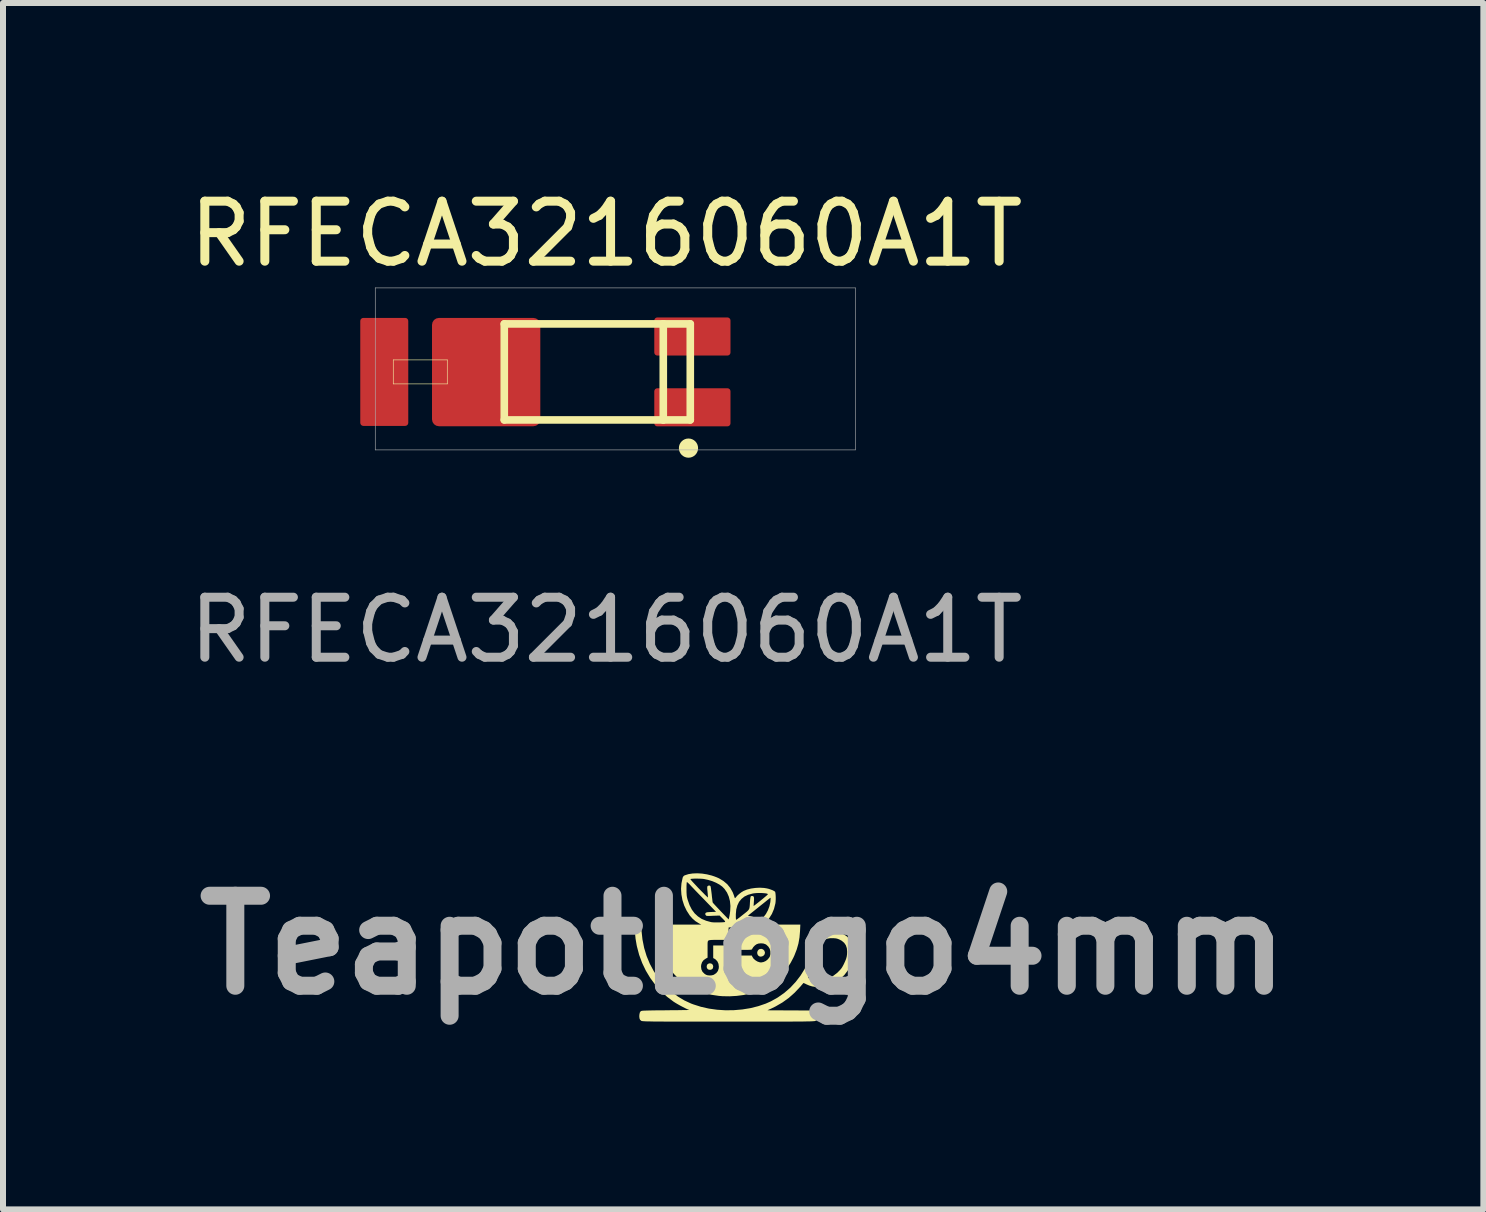
<source format=kicad_pcb>
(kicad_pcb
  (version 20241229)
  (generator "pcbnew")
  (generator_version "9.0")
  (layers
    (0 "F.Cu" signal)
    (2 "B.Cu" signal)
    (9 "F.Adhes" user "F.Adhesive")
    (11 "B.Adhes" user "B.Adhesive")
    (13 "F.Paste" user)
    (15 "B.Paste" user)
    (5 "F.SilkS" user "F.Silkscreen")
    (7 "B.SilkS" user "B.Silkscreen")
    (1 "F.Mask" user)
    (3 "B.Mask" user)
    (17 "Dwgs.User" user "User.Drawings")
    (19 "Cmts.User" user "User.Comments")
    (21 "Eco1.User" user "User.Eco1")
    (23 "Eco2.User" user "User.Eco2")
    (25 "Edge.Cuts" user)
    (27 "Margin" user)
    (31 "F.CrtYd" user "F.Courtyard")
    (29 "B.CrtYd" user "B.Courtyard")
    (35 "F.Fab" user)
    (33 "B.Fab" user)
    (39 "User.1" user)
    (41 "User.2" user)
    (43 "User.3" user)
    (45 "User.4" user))
  (footprint "RFECA3216060A1T"
    (layer "F.Cu")
    (at 7.054 3.148)
    (property "Reference" "RFECA3216060A1T" (at 0 -2.3 0) (unlocked yes) (layer "F.SilkS") (effects (font (size 1 1) (thickness 0.15))))
    (attr smd)
    (fp_poly (pts (xy -3.85 0.3) (xy -3.3 0.3) (xy -3.3 -0.3) (xy -3.85 -0.3)) (stroke (width 0) (type default)) (fill yes) (layer "F.Mask"))
    (fp_poly (pts (xy -2.9 0.3) (xy -2.35 0.3) (xy -2.35 -0.3) (xy -2.9 -0.3)) (stroke (width 0) (type default)) (fill yes) (layer "F.Mask"))
    (fp_poly (pts (xy 0.8 -0.275) (xy 1.475 -0.275) (xy 1.475 -0.9) (xy 0.8 -0.9)) (stroke (width 0) (type default)) (fill yes) (layer "F.Mask"))
    (fp_poly (pts (xy 0.8 0.9) (xy 1.475 0.9) (xy 1.475 0.275) (xy 0.8 0.275)) (stroke (width 0) (type default)) (fill yes) (layer "F.Mask"))
    (fp_line (start -3.55 -0.2) (end -2.65 -0.2) (stroke (width 0.01) (type solid)) (layer "F.SilkS"))
    (fp_line (start -3.55 0.2) (end -3.55 -0.2) (stroke (width 0.01) (type solid)) (layer "F.SilkS"))
    (fp_line (start -2.65 -0.2) (end -2.65 0.2) (stroke (width 0.01) (type solid)) (layer "F.SilkS"))
    (fp_line (start -2.65 0.2) (end -3.55 0.2) (stroke (width 0.01) (type solid)) (layer "F.SilkS"))
    (fp_line (start -1.7 -0.8) (end 0.95 -0.8) (stroke (width 0.127) (type solid)) (layer "F.SilkS"))
    (fp_line (start -1.7 0.8) (end -1.7 -0.8) (stroke (width 0.127) (type solid)) (layer "F.SilkS"))
    (fp_line (start 0.95 -0.8) (end 1.4 -0.8) (stroke (width 0.127) (type solid)) (layer "F.SilkS"))
    (fp_line (start 0.95 0.8) (end -1.7 0.8) (stroke (width 0.127) (type solid)) (layer "F.SilkS"))
    (fp_line (start 0.95 0.8) (end 0.95 -0.8) (stroke (width 0.127) (type solid)) (layer "F.SilkS"))
    (fp_line (start 1.4 -0.8) (end 1.4 0.8) (stroke (width 0.127) (type solid)) (layer "F.SilkS"))
    (fp_line (start 1.4 0.8) (end 0.95 0.8) (stroke (width 0.127) (type solid)) (layer "F.SilkS"))
    (fp_circle (center 1.37 1.27) (end 1.47 1.27) (stroke (width 0.12) (type solid)) (fill yes) (layer "F.SilkS"))
    (fp_poly (pts (xy -3.85 0.2) (xy -3.35 0.2) (xy -3.35 -0.2) (xy -3.85 -0.2)) (stroke (width 0) (type default)) (fill yes) (layer "F.Paste"))
    (fp_poly (pts (xy -2.85 0.2) (xy -2.35 0.2) (xy -2.35 -0.2) (xy -2.85 -0.2)) (stroke (width 0) (type default)) (fill yes) (layer "F.Paste"))
    (fp_poly (pts (xy 0.85 -0.3) (xy 1.425 -0.3) (xy 1.425 -0.875) (xy 0.85 -0.875)) (stroke (width 0) (type default)) (fill yes) (layer "F.Paste"))
    (fp_poly (pts (xy 0.85 0.875) (xy 1.425 0.875) (xy 1.425 0.3) (xy 0.85 0.3)) (stroke (width 0) (type default)) (fill yes) (layer "F.Paste"))
    (fp_line (start -3.85 -1.4) (end -3.85 1.3) (stroke (width 0.01) (type solid)) (layer "F.Fab"))
    (fp_line (start -3.85 -1.4) (end 4.15 -1.4) (stroke (width 0.01) (type solid)) (layer "F.Fab"))
    (fp_line (start 4.15 -1.4) (end 4.15 1.3) (stroke (width 0.01) (type solid)) (layer "F.Fab"))
    (fp_line (start 4.15 1.3) (end -3.85 1.3) (stroke (width 0.01) (type solid)) (layer "F.Fab"))
    (fp_text user "${REFERENCE}" (at 0 4.3 0) (unlocked yes) (layer "F.Fab") (effects (font (size 1 1) (thickness 0.15))))
    (pad "1" smd roundrect (at 1.435 0.59) (size 1.27 0.635) (layers "F.Cu") (roundrect_rratio 0.08))
    (pad "2" smd roundrect (at 1.435 -0.59) (size 1.27 0.635) (layers "F.Cu") (roundrect_rratio 0.08))
    (pad "3" smd roundrect (at -2.002 0.003 270) (size 1.805 1.805) (layers "F.Cu" "F.Mask" "F.Paste") (roundrect_rratio 0.064))
    (pad "4" smd roundrect (at -3.7 0 270) (size 1.8 0.8) (layers "F.Cu") (roundrect_rratio 0.064)))
  (footprint "TeapotLogo4mm"
    (layer "F.Cu")
    (at 9.336 12.7)
    (property "Reference" "TeapotLogo4mm" (at 0 0 0) (layer "F.Fab") (effects (font (size 1.5 1.5) (thickness 0.3))))
    (attr board_only exclude_from_pos_files exclude_from_bom)
    (fp_poly (pts (xy -0.529 0.31) (xy -0.515 0.319) (xy -0.503 0.34) (xy -0.5 0.359) (xy -0.505 0.385) (xy -0.515 0.399) (xy -0.535 0.41) (xy -0.554 0.413) (xy -0.58 0.408) (xy -0.594 0.399) (xy -0.606 0.378) (xy -0.609 0.359) (xy -0.604 0.333) (xy -0.594 0.319) (xy -0.573 0.307) (xy -0.554 0.304)) (stroke (width 0) (type solid)) (fill yes) (layer "F.SilkS"))
    (fp_poly (pts (xy 0.33 0.072) (xy 0.35 0.091) (xy 0.361 0.117) (xy 0.362 0.13) (xy 0.356 0.155) (xy 0.339 0.176) (xy 0.315 0.189) (xy 0.288 0.193) (xy 0.271 0.189) (xy 0.248 0.173) (xy 0.236 0.15) (xy 0.233 0.124) (xy 0.24 0.098) (xy 0.256 0.077) (xy 0.276 0.066) (xy 0.304 0.063)) (stroke (width 0) (type solid)) (fill yes) (layer "F.SilkS"))
    (fp_poly (pts (xy 1.28 -0.344) (xy 1.301 -0.33) (xy 1.31 -0.32) (xy 1.315 -0.308) (xy 1.318 -0.29) (xy 1.319 -0.264) (xy 1.319 -0.254) (xy 1.32 -0.227) (xy 1.322 -0.207) (xy 1.324 -0.196) (xy 1.325 -0.196) (xy 1.336 -0.198) (xy 1.353 -0.205) (xy 1.356 -0.206) (xy 1.41 -0.221) (xy 1.471 -0.227) (xy 1.535 -0.223) (xy 1.599 -0.209) (xy 1.658 -0.187) (xy 1.662 -0.185) (xy 1.722 -0.148) (xy 1.77 -0.104) (xy 1.806 -0.052) (xy 1.83 0.008) (xy 1.841 0.076) (xy 1.842 0.109) (xy 1.835 0.191) (xy 1.815 0.273) (xy 1.783 0.353) (xy 1.74 0.428) (xy 1.687 0.497) (xy 1.625 0.558) (xy 1.556 0.609) (xy 1.489 0.645) (xy 1.415 0.674) (xy 1.345 0.691) (xy 1.273 0.698) (xy 1.257 0.698) (xy 1.199 0.697) (xy 1.149 0.689) (xy 1.102 0.675) (xy 1.055 0.655) (xy 1.031 0.643) (xy 1.013 0.635) (xy 1.004 0.632) (xy 1.004 0.632) (xy 0.999 0.638) (xy 0.986 0.653) (xy 0.968 0.674) (xy 0.953 0.692) (xy 0.858 0.793) (xy 0.759 0.881) (xy 0.653 0.957) (xy 0.539 1.023) (xy 0.474 1.055) (xy 0.403 1.087) (xy 0.803 1.089) (xy 0.889 1.089) (xy 0.962 1.09) (xy 1.022 1.09) (xy 1.072 1.09) (xy 1.112 1.091) (xy 1.143 1.092) (xy 1.167 1.093) (xy 1.185 1.094) (xy 1.197 1.096) (xy 1.206 1.098) (xy 1.211 1.101) (xy 1.215 1.103) (xy 1.218 1.106) (xy 1.232 1.13) (xy 1.237 1.158) (xy 1.239 1.2) (xy 1.233 1.23) (xy 1.22 1.252) (xy 1.208 1.261) (xy 1.205 1.263) (xy 1.201 1.264) (xy 1.197 1.266) (xy 1.19 1.267) (xy 1.181 1.268) (xy 1.169 1.269) (xy 1.153 1.27) (xy 1.133 1.271) (xy 1.108 1.272) (xy 1.077 1.272) (xy 1.04 1.273) (xy 0.997 1.274) (xy 0.947 1.274) (xy 0.888 1.274) (xy 0.821 1.275) (xy 0.745 1.275) (xy 0.659 1.275) (xy 0.563 1.275) (xy 0.456 1.275) (xy 0.338 1.275) (xy 0.207 1.275) (xy 0.064 1.275) (xy -0.093 1.275) (xy -0.246 1.275) (xy -0.416 1.275) (xy -0.571 1.275) (xy -0.713 1.275) (xy -0.843 1.275) (xy -0.96 1.275) (xy -1.066 1.275) (xy -1.161 1.275) (xy -1.246 1.275) (xy -1.321 1.275) (xy -1.387 1.274) (xy -1.445 1.274) (xy -1.495 1.274) (xy -1.537 1.273) (xy -1.573 1.272) (xy -1.603 1.272) (xy -1.627 1.271) (xy -1.647 1.27) (xy -1.663 1.269) (xy -1.675 1.268) (xy -1.683 1.267) (xy -1.69 1.266) (xy -1.695 1.264) (xy -1.698 1.263) (xy -1.701 1.261) (xy -1.719 1.245) (xy -1.729 1.22) (xy -1.732 1.186) (xy -1.73 1.158) (xy -1.723 1.125) (xy -1.711 1.106) (xy -1.707 1.103) (xy -1.703 1.1) (xy -1.697 1.098) (xy -1.688 1.096) (xy -1.675 1.094) (xy -1.656 1.093) (xy -1.631 1.092) (xy -1.599 1.091) (xy -1.557 1.09) (xy -1.506 1.089) (xy -1.443 1.088) (xy -1.368 1.088) (xy -1.292 1.087) (xy -1.217 1.086) (xy -1.147 1.085) (xy -1.084 1.085) (xy -1.027 1.084) (xy -0.98 1.083) (xy -0.942 1.083) (xy -0.915 1.082) (xy -0.901 1.082) (xy -0.899 1.081) (xy -0.914 1.076) (xy -0.94 1.065) (xy -0.973 1.049) (xy -1.01 1.03) (xy -1.05 1.009) (xy -1.089 0.987) (xy -1.125 0.966) (xy -1.155 0.947) (xy -1.16 0.944) (xy -1.27 0.861) (xy -1.372 0.767) (xy -1.465 0.663) (xy -1.549 0.549) (xy -1.622 0.428) (xy -1.684 0.299) (xy -1.734 0.164) (xy -1.771 0.024) (xy -1.775 0.006) (xy -1.794 -0.105) (xy -1.804 -0.208) (xy -1.804 -0.251) (xy -1.804 -0.283) (xy -1.803 -0.303) (xy -1.8 -0.316) (xy -1.794 -0.325) (xy -1.785 -0.333) (xy -1.785 -0.333) (xy -1.764 -0.345) (xy -1.743 -0.345) (xy -1.726 -0.34) (xy -1.714 -0.332) (xy -1.706 -0.318) (xy -1.7 -0.296) (xy -1.697 -0.263) (xy -1.695 -0.241) (xy -1.679 -0.093) (xy -1.651 0.048) (xy -1.61 0.183) (xy -1.557 0.311) (xy -1.491 0.434) (xy -1.412 0.552) (xy -1.392 0.578) (xy -1.363 0.611) (xy -1.33 0.647) (xy -1.296 0.683) (xy -1.276 0.703) (xy -1.183 0.788) (xy -1.085 0.86) (xy -0.982 0.922) (xy -0.87 0.974) (xy -0.83 0.989) (xy -0.704 1.029) (xy -0.571 1.059) (xy -0.434 1.078) (xy -0.294 1.087) (xy -0.154 1.085) (xy -0.015 1.073) (xy 0.121 1.051) (xy 0.252 1.018) (xy 0.375 0.976) (xy 0.461 0.938) (xy 0.577 0.873) (xy 0.686 0.796) (xy 0.786 0.709) (xy 0.876 0.612) (xy 0.936 0.534) (xy 1.08 0.534) (xy 1.082 0.544) (xy 1.092 0.552) (xy 1.109 0.56) (xy 1.116 0.563) (xy 1.176 0.583) (xy 1.243 0.591) (xy 1.314 0.585) (xy 1.359 0.576) (xy 1.434 0.55) (xy 1.505 0.51) (xy 1.571 0.459) (xy 1.584 0.445) (xy 1.613 0.416) (xy 1.635 0.39) (xy 1.652 0.364) (xy 1.67 0.331) (xy 1.68 0.311) (xy 1.701 0.265) (xy 1.716 0.226) (xy 1.725 0.192) (xy 1.73 0.157) (xy 1.732 0.118) (xy 1.732 0.109) (xy 1.727 0.052) (xy 1.711 0.004) (xy 1.683 -0.037) (xy 1.643 -0.071) (xy 1.602 -0.093) (xy 1.574 -0.104) (xy 1.546 -0.111) (xy 1.51 -0.114) (xy 1.499 -0.115) (xy 1.446 -0.114) (xy 1.401 -0.106) (xy 1.36 -0.089) (xy 1.331 -0.073) (xy 1.31 -0.057) (xy 1.299 -0.043) (xy 1.293 -0.024) (xy 1.293 -0.024) (xy 1.264 0.102) (xy 1.223 0.23) (xy 1.169 0.356) (xy 1.114 0.463) (xy 1.096 0.496) (xy 1.084 0.518) (xy 1.08 0.534) (xy 0.936 0.534) (xy 0.957 0.506) (xy 1.028 0.391) (xy 1.087 0.269) (xy 1.136 0.141) (xy 1.173 0.006) (xy 1.197 -0.134) (xy 1.207 -0.238) (xy 1.21 -0.273) (xy 1.212 -0.298) (xy 1.215 -0.314) (xy 1.22 -0.324) (xy 1.227 -0.331) (xy 1.23 -0.334) (xy 1.255 -0.346)) (stroke (width 0) (type solid)) (fill yes) (layer "F.SilkS"))
    (fp_poly (pts (xy -0.684 -1.191) (xy -0.602 -1.178) (xy -0.522 -1.158) (xy -0.446 -1.131) (xy -0.403 -1.112) (xy -0.329 -1.067) (xy -0.266 -1.014) (xy -0.215 -0.951) (xy -0.175 -0.88) (xy -0.155 -0.828) (xy -0.148 -0.806) (xy -0.142 -0.789) (xy -0.141 -0.784) (xy -0.135 -0.782) (xy -0.124 -0.793) (xy -0.116 -0.803) (xy -0.094 -0.828) (xy -0.063 -0.855) (xy -0.029 -0.881) (xy 0.005 -0.901) (xy 0.006 -0.902) (xy 0.063 -0.925) (xy 0.13 -0.942) (xy 0.202 -0.952) (xy 0.275 -0.956) (xy 0.346 -0.952) (xy 0.385 -0.946) (xy 0.421 -0.938) (xy 0.457 -0.926) (xy 0.489 -0.914) (xy 0.514 -0.901) (xy 0.53 -0.89) (xy 0.533 -0.885) (xy 0.537 -0.866) (xy 0.54 -0.837) (xy 0.542 -0.801) (xy 0.542 -0.763) (xy 0.54 -0.727) (xy 0.537 -0.697) (xy 0.536 -0.693) (xy 0.513 -0.602) (xy 0.478 -0.519) (xy 0.43 -0.443) (xy 0.382 -0.386) (xy 0.338 -0.341) (xy 0.645 -0.341) (xy 0.952 -0.341) (xy 0.947 -0.234) (xy 0.938 -0.126) (xy 0.92 -0.025) (xy 0.892 0.073) (xy 0.853 0.173) (xy 0.836 0.21) (xy 0.79 0.297) (xy 0.74 0.376) (xy 0.682 0.451) (xy 0.613 0.525) (xy 0.613 0.526) (xy 0.526 0.604) (xy 0.437 0.67) (xy 0.343 0.725) (xy 0.24 0.77) (xy 0.217 0.779) (xy 0.117 0.809) (xy 0.007 0.832) (xy -0.109 0.847) (xy -0.227 0.854) (xy -0.344 0.852) (xy -0.406 0.847) (xy -0.539 0.827) (xy -0.664 0.795) (xy -0.783 0.751) (xy -0.893 0.695) (xy -0.995 0.629) (xy -1.088 0.551) (xy -1.157 0.479) (xy -1.237 0.377) (xy -1.248 0.359) (xy -0.703 0.359) (xy -0.697 0.406) (xy -0.678 0.446) (xy -0.646 0.478) (xy -0.62 0.495) (xy -0.592 0.504) (xy -0.557 0.507) (xy -0.521 0.504) (xy -0.49 0.495) (xy -0.487 0.493) (xy -0.449 0.467) (xy -0.422 0.432) (xy -0.408 0.389) (xy -0.406 0.359) (xy -0.412 0.313) (xy -0.43 0.273) (xy -0.459 0.241) (xy -0.48 0.227) (xy -0.5 0.217) (xy -0.5 0.112) (xy -0.5 0.007) (xy -0.373 0.007) (xy -0.246 0.007) (xy -0.246 0.069) (xy -0.245 0.111) (xy -0.239 0.141) (xy -0.23 0.161) (xy -0.222 0.168) (xy -0.213 0.17) (xy -0.191 0.171) (xy -0.159 0.172) (xy -0.119 0.173) (xy -0.072 0.174) (xy -0.035 0.174) (xy 0.143 0.174) (xy 0.152 0.195) (xy 0.171 0.225) (xy 0.201 0.252) (xy 0.236 0.274) (xy 0.274 0.287) (xy 0.297 0.29) (xy 0.337 0.283) (xy 0.377 0.265) (xy 0.411 0.237) (xy 0.438 0.202) (xy 0.443 0.192) (xy 0.455 0.15) (xy 0.454 0.106) (xy 0.442 0.063) (xy 0.419 0.026) (xy 0.386 -0.005) (xy 0.369 -0.015) (xy 0.335 -0.026) (xy 0.295 -0.029) (xy 0.255 -0.025) (xy 0.225 -0.015) (xy 0.195 0.006) (xy 0.168 0.034) (xy 0.15 0.063) (xy 0.147 0.069) (xy 0.143 0.073) (xy 0.136 0.076) (xy 0.123 0.078) (xy 0.103 0.079) (xy 0.074 0.08) (xy 0.034 0.08) (xy -0.005 0.08) (xy -0.152 0.08) (xy -0.152 -0.109) (xy -0.152 -0.298) (xy -0.197 -0.296) (xy -0.243 -0.293) (xy -0.245 -0.19) (xy -0.247 -0.087) (xy -0.404 -0.087) (xy -0.458 -0.087) (xy -0.499 -0.086) (xy -0.529 -0.085) (xy -0.551 -0.083) (xy -0.565 -0.081) (xy -0.575 -0.078) (xy -0.578 -0.076) (xy -0.584 -0.071) (xy -0.588 -0.065) (xy -0.591 -0.056) (xy -0.593 -0.042) (xy -0.594 -0.02) (xy -0.594 0.012) (xy -0.594 0.056) (xy -0.594 0.073) (xy -0.594 0.21) (xy -0.621 0.224) (xy -0.66 0.251) (xy -0.686 0.286) (xy -0.7 0.328) (xy -0.703 0.359) (xy -1.248 0.359) (xy -1.304 0.268) (xy -1.359 0.152) (xy -1.402 0.031) (xy -1.43 -0.093) (xy -1.442 -0.177) (xy -1.445 -0.215) (xy -1.448 -0.252) (xy -1.449 -0.284) (xy -1.449 -0.298) (xy -1.449 -0.341) (xy -1.074 -0.341) (xy -0.699 -0.341) (xy -0.738 -0.362) (xy -0.749 -0.369) (xy -0.06 -0.369) (xy -0.05 -0.365) (xy -0.029 -0.36) (xy -0.002 -0.355) (xy 0.027 -0.351) (xy 0.054 -0.349) (xy 0.062 -0.349) (xy 0.083 -0.35) (xy 0.113 -0.353) (xy 0.144 -0.358) (xy 0.146 -0.358) (xy 0.18 -0.366) (xy 0.215 -0.377) (xy 0.242 -0.388) (xy 0.292 -0.42) (xy 0.338 -0.465) (xy 0.379 -0.519) (xy 0.412 -0.58) (xy 0.437 -0.647) (xy 0.452 -0.716) (xy 0.454 -0.739) (xy 0.456 -0.767) (xy 0.456 -0.782) (xy 0.454 -0.788) (xy 0.449 -0.786) (xy 0.449 -0.786) (xy 0.441 -0.779) (xy 0.423 -0.765) (xy 0.396 -0.744) (xy 0.363 -0.717) (xy 0.324 -0.686) (xy 0.281 -0.652) (xy 0.258 -0.633) (xy 0.078 -0.489) (xy 0.124 -0.48) (xy 0.15 -0.474) (xy 0.171 -0.468) (xy 0.181 -0.465) (xy 0.192 -0.452) (xy 0.193 -0.434) (xy 0.183 -0.418) (xy 0.175 -0.412) (xy 0.166 -0.41) (xy 0.151 -0.41) (xy 0.128 -0.413) (xy 0.108 -0.417) (xy 0.068 -0.423) (xy 0.039 -0.427) (xy 0.017 -0.426) (xy -0.001 -0.421) (xy -0.017 -0.412) (xy -0.032 -0.401) (xy -0.049 -0.386) (xy -0.059 -0.374) (xy -0.06 -0.369) (xy -0.749 -0.369) (xy -0.797 -0.399) (xy -0.846 -0.442) (xy -0.891 -0.493) (xy -0.892 -0.495) (xy -0.943 -0.574) (xy -0.984 -0.66) (xy -1.013 -0.75) (xy -1.03 -0.843) (xy -1.036 -0.937) (xy -1.035 -0.952) (xy -0.945 -0.952) (xy -0.945 -0.929) (xy -0.945 -0.883) (xy -0.943 -0.849) (xy -0.941 -0.821) (xy -0.937 -0.797) (xy -0.931 -0.773) (xy -0.925 -0.752) (xy -0.894 -0.665) (xy -0.856 -0.591) (xy -0.81 -0.529) (xy -0.755 -0.478) (xy -0.692 -0.436) (xy -0.618 -0.405) (xy -0.534 -0.382) (xy -0.533 -0.382) (xy -0.516 -0.38) (xy -0.49 -0.378) (xy -0.458 -0.378) (xy -0.422 -0.378) (xy -0.386 -0.378) (xy -0.353 -0.379) (xy -0.326 -0.381) (xy -0.309 -0.383) (xy -0.304 -0.384) (xy -0.301 -0.389) (xy -0.304 -0.398) (xy -0.315 -0.412) (xy -0.335 -0.433) (xy -0.344 -0.442) (xy -0.394 -0.492) (xy -0.504 -0.488) (xy -0.546 -0.486) (xy -0.576 -0.485) (xy -0.596 -0.486) (xy -0.609 -0.487) (xy -0.617 -0.49) (xy -0.622 -0.496) (xy -0.626 -0.5) (xy -0.633 -0.515) (xy -0.631 -0.526) (xy -0.628 -0.532) (xy -0.622 -0.539) (xy -0.613 -0.543) (xy -0.598 -0.547) (xy -0.574 -0.549) (xy -0.538 -0.551) (xy -0.535 -0.551) (xy -0.453 -0.554) (xy -0.562 -0.667) (xy -0.602 -0.708) (xy -0.646 -0.754) (xy -0.69 -0.799) (xy -0.732 -0.842) (xy -0.762 -0.873) (xy -0.795 -0.907) (xy -0.827 -0.941) (xy -0.857 -0.972) (xy -0.881 -0.998) (xy -0.893 -1.011) (xy -0.913 -1.03) (xy -0.928 -1.044) (xy -0.938 -1.049) (xy -0.94 -1.048) (xy -0.942 -1.039) (xy -0.943 -1.019) (xy -0.945 -0.988) (xy -0.945 -0.952) (xy -1.035 -0.952) (xy -1.029 -1.029) (xy -1.014 -1.1) (xy -0.881 -1.1) (xy -0.877 -1.094) (xy -0.865 -1.078) (xy -0.845 -1.055) (xy -0.818 -1.026) (xy -0.786 -0.992) (xy -0.75 -0.953) (xy -0.739 -0.942) (xy -0.702 -0.904) (xy -0.667 -0.869) (xy -0.638 -0.839) (xy -0.614 -0.816) (xy -0.597 -0.8) (xy -0.589 -0.793) (xy -0.588 -0.793) (xy -0.588 -0.802) (xy -0.589 -0.821) (xy -0.591 -0.849) (xy -0.594 -0.883) (xy -0.594 -0.884) (xy -0.598 -0.922) (xy -0.6 -0.949) (xy -0.599 -0.967) (xy -0.597 -0.977) (xy -0.594 -0.982) (xy -0.579 -0.991) (xy -0.561 -0.992) (xy -0.547 -0.984) (xy -0.545 -0.98) (xy -0.542 -0.969) (xy -0.538 -0.946) (xy -0.534 -0.914) (xy -0.529 -0.876) (xy -0.525 -0.844) (xy -0.521 -0.803) (xy -0.516 -0.766) (xy -0.513 -0.736) (xy -0.51 -0.716) (xy -0.508 -0.709) (xy -0.502 -0.701) (xy -0.487 -0.684) (xy -0.465 -0.66) (xy -0.437 -0.63) (xy -0.404 -0.595) (xy -0.373 -0.562) (xy -0.243 -0.427) (xy -0.234 -0.462) (xy -0.229 -0.485) (xy -0.227 -0.498) (xy -0.123 -0.498) (xy -0.123 -0.463) (xy -0.122 -0.44) (xy -0.12 -0.427) (xy -0.116 -0.422) (xy -0.113 -0.423) (xy -0.104 -0.428) (xy -0.086 -0.442) (xy -0.06 -0.461) (xy -0.03 -0.485) (xy -0.001 -0.508) (xy 0.036 -0.537) (xy 0.063 -0.559) (xy 0.082 -0.577) (xy 0.095 -0.595) (xy 0.103 -0.613) (xy 0.107 -0.637) (xy 0.11 -0.667) (xy 0.112 -0.708) (xy 0.113 -0.721) (xy 0.115 -0.754) (xy 0.119 -0.782) (xy 0.122 -0.802) (xy 0.125 -0.81) (xy 0.139 -0.818) (xy 0.158 -0.817) (xy 0.173 -0.809) (xy 0.174 -0.808) (xy 0.178 -0.798) (xy 0.18 -0.78) (xy 0.18 -0.752) (xy 0.178 -0.724) (xy 0.173 -0.651) (xy 0.193 -0.665) (xy 0.215 -0.682) (xy 0.242 -0.703) (xy 0.272 -0.727) (xy 0.304 -0.753) (xy 0.335 -0.778) (xy 0.363 -0.802) (xy 0.387 -0.822) (xy 0.403 -0.837) (xy 0.411 -0.845) (xy 0.411 -0.845) (xy 0.407 -0.853) (xy 0.39 -0.859) (xy 0.365 -0.863) (xy 0.331 -0.866) (xy 0.294 -0.868) (xy 0.253 -0.868) (xy 0.213 -0.866) (xy 0.176 -0.862) (xy 0.154 -0.858) (xy 0.082 -0.838) (xy 0.021 -0.809) (xy -0.029 -0.769) (xy -0.069 -0.72) (xy -0.097 -0.662) (xy -0.116 -0.593) (xy -0.123 -0.515) (xy -0.123 -0.498) (xy -0.227 -0.498) (xy -0.224 -0.516) (xy -0.219 -0.552) (xy -0.217 -0.568) (xy -0.213 -0.652) (xy -0.221 -0.733) (xy -0.24 -0.807) (xy -0.27 -0.875) (xy -0.311 -0.935) (xy -0.35 -0.975) (xy -0.396 -1.008) (xy -0.453 -1.039) (xy -0.518 -1.066) (xy -0.588 -1.087) (xy -0.653 -1.101) (xy -0.678 -1.104) (xy -0.711 -1.106) (xy -0.747 -1.107) (xy -0.785 -1.108) (xy -0.82 -1.107) (xy -0.85 -1.105) (xy -0.871 -1.103) (xy -0.881 -1.1) (xy -1.014 -1.1) (xy -1.01 -1.118) (xy -1.007 -1.129) (xy -0.993 -1.151) (xy -0.975 -1.162) (xy -0.913 -1.182) (xy -0.843 -1.193) (xy -0.765 -1.196)) (stroke (width 0) (type solid)) (fill yes) (layer "F.SilkS")))
  (gr_rect
    (start -3 -3)
    (end 21.671 17.105)
    (stroke (width 0.1) (type default))
    (fill no)
    (layer "Edge.Cuts")))
</source>
